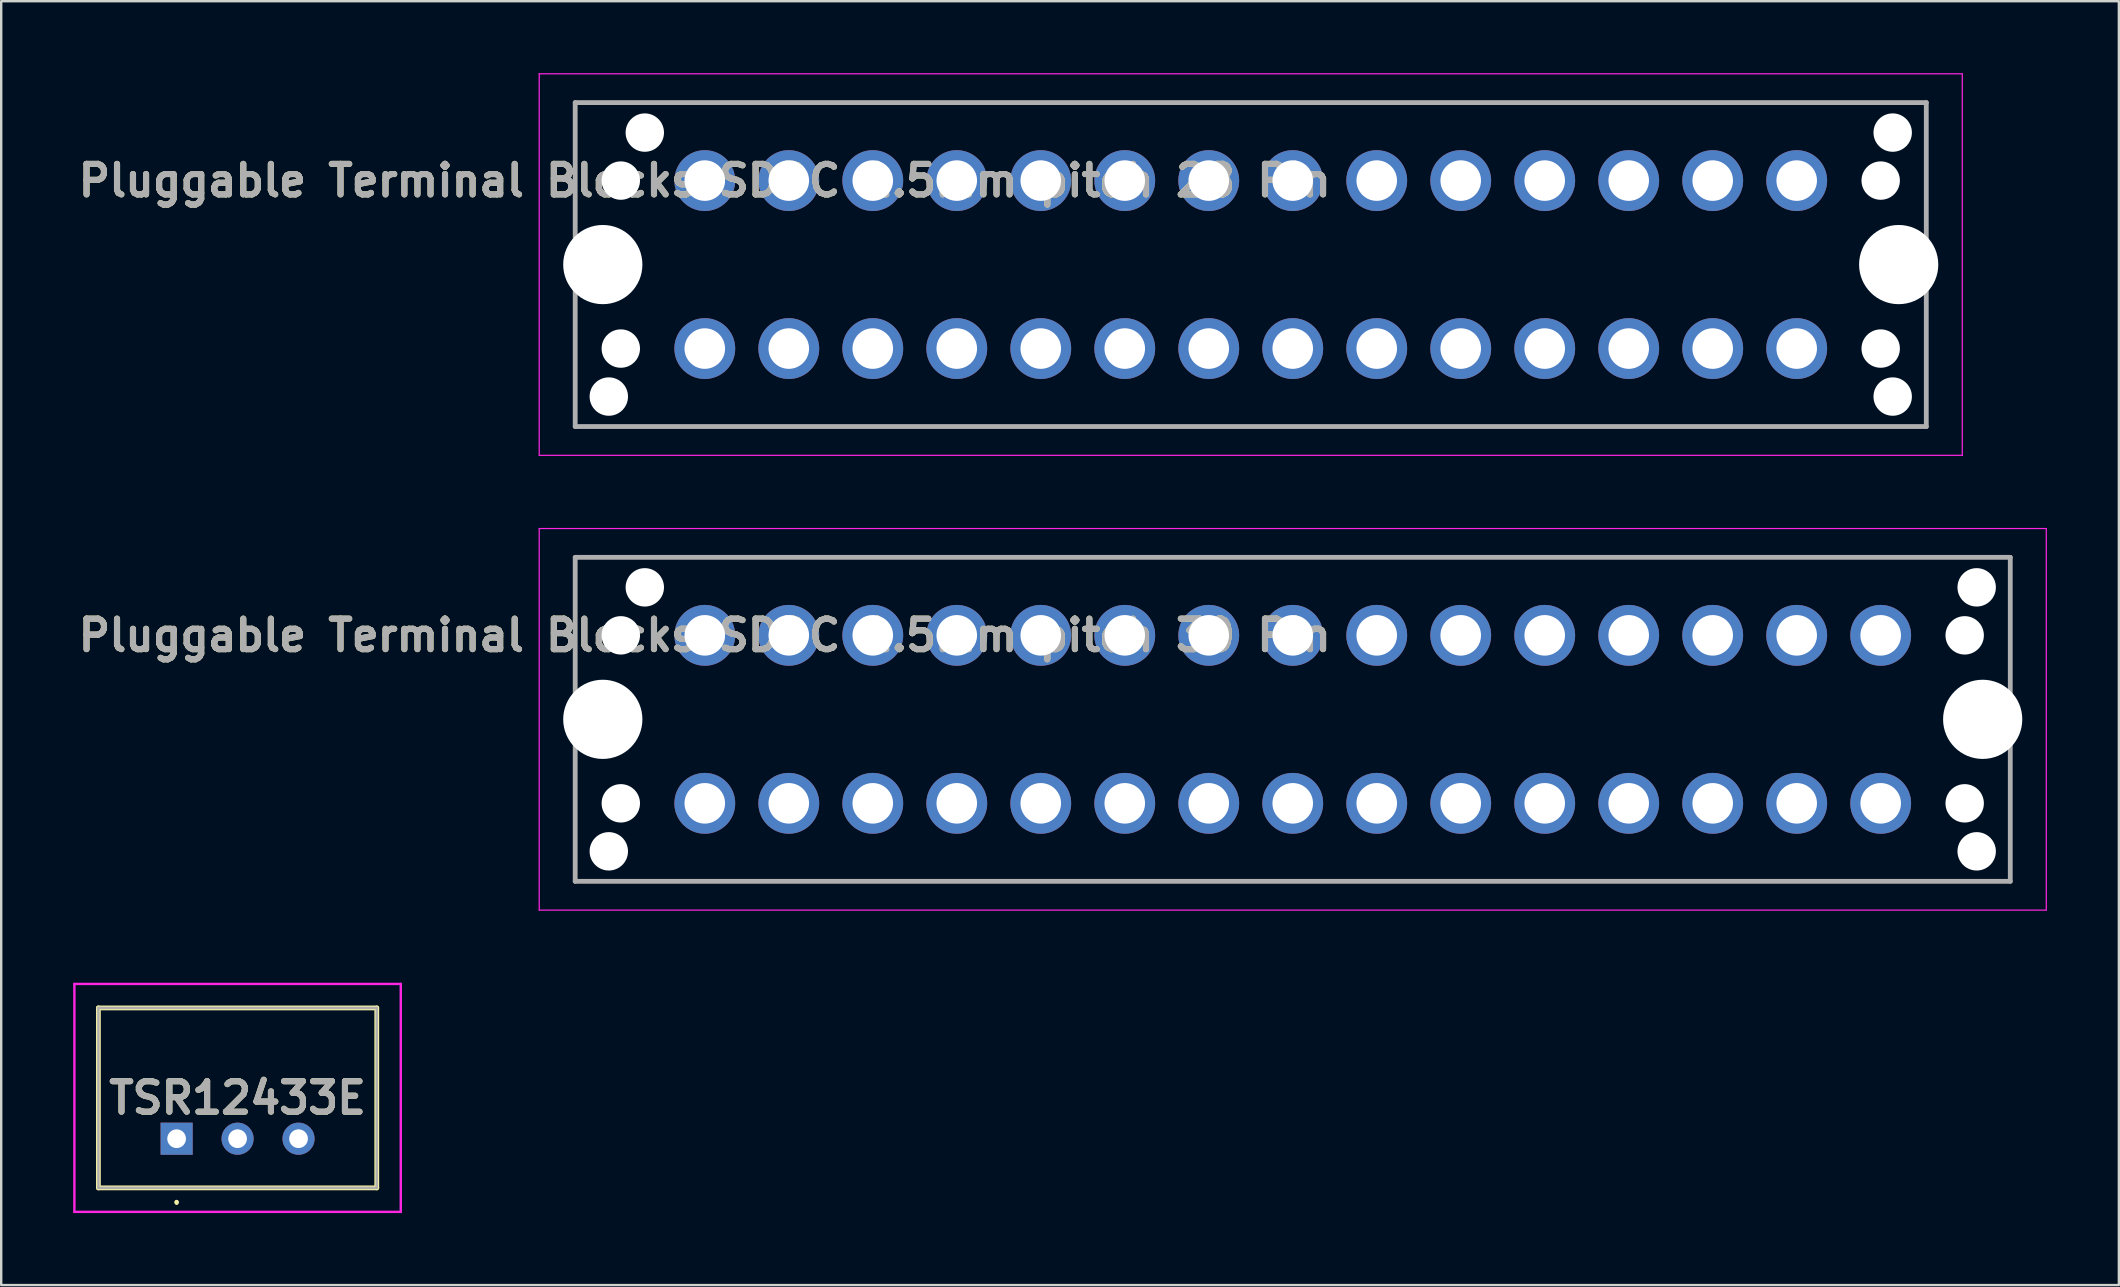
<source format=kicad_pcb>
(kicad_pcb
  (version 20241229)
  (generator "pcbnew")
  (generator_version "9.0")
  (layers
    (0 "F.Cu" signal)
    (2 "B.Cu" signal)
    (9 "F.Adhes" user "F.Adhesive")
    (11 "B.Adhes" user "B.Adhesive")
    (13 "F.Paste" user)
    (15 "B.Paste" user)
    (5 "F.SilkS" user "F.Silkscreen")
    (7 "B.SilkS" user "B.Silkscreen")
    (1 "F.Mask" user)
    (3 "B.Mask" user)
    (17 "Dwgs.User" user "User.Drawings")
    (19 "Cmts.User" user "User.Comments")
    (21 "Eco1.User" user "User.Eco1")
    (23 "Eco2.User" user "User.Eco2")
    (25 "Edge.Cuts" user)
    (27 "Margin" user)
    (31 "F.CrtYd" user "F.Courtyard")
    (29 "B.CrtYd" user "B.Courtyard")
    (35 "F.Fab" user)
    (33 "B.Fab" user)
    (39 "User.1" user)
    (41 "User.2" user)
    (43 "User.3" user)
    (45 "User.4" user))
  (footprint "Pluggable Terminal Blocks SDDC 1.5mm pitch 28 Pin"
    (layer "F.Cu")
    (at 26.319 4.475)
    (property "Reference" "Pluggable Terminal Blocks SDDC 1.5mm pitch 28 Pin" (at 0 0 0) (layer "F.SilkS") (effects (font (size 1.27 1.27) (thickness 0.254))))
    (attr through_hole)
    (fp_line (start -5.4 -3.25) (end 50.9 -3.25) (stroke (width 0.1) (type solid)) (layer "F.SilkS"))
    (fp_line (start 50.9 10.25) (end -5.4 10.25) (stroke (width 0.1) (type solid)) (layer "F.SilkS"))
    (fp_line (start -6.9 -4.45) (end 52.4 -4.45) (stroke (width 0.05) (type solid)) (layer "F.CrtYd"))
    (fp_line (start -6.9 11.45) (end -6.9 -4.45) (stroke (width 0.05) (type solid)) (layer "F.CrtYd"))
    (fp_line (start 52.4 -4.45) (end 52.4 11.45) (stroke (width 0.05) (type solid)) (layer "F.CrtYd"))
    (fp_line (start 52.4 11.45) (end -6.9 11.45) (stroke (width 0.05) (type solid)) (layer "F.CrtYd"))
    (fp_line (start -5.4 -3.25) (end 50.9 -3.25) (stroke (width 0.2) (type solid)) (layer "F.Fab"))
    (fp_line (start -5.4 10.25) (end -5.4 -3.25) (stroke (width 0.2) (type solid)) (layer "F.Fab"))
    (fp_line (start 50.9 -3.25) (end 50.9 10.25) (stroke (width 0.2) (type solid)) (layer "F.Fab"))
    (fp_line (start 50.9 10.25) (end -5.4 10.25) (stroke (width 0.2) (type solid)) (layer "F.Fab"))
    (fp_text user "${REFERENCE}" (at 0 0 0) (layer "F.Fab") (effects (font (size 1.27 1.27) (thickness 0.254))))
    (pad "" np_thru_hole circle (at -4.25 3.5) (size 3.3 3.3) (drill 3.3) (layers "*.Cu" "*.Mask"))
    (pad "" np_thru_hole circle (at -4 9) (size 1.6 1.6) (drill 1.6) (layers "*.Cu" "*.Mask"))
    (pad "" np_thru_hole circle (at -3.5 0) (size 1.6 1.6) (drill 1.6) (layers "*.Cu" "*.Mask"))
    (pad "" np_thru_hole circle (at -3.5 7) (size 1.6 1.6) (drill 1.6) (layers "*.Cu" "*.Mask"))
    (pad "" np_thru_hole circle (at -2.5 -2) (size 1.6 1.6) (drill 1.6) (layers "*.Cu" "*.Mask"))
    (pad "" np_thru_hole circle (at 49 0) (size 1.6 1.6) (drill 1.6) (layers "*.Cu" "*.Mask"))
    (pad "" np_thru_hole circle (at 49 7) (size 1.6 1.6) (drill 1.6) (layers "*.Cu" "*.Mask"))
    (pad "" np_thru_hole circle (at 49.5 -2) (size 1.6 1.6) (drill 1.6) (layers "*.Cu" "*.Mask"))
    (pad "" np_thru_hole circle (at 49.5 9) (size 1.6 1.6) (drill 1.6) (layers "*.Cu" "*.Mask"))
    (pad "" np_thru_hole circle (at 49.75 3.5) (size 3.3 3.3) (drill 3.3) (layers "*.Cu" "*.Mask"))
    (pad "1" thru_hole circle (at 0 0) (size 2.535 2.535) (drill 1.69) (layers "*.Cu" "*.Mask"))
    (pad "2" thru_hole circle (at 3.5 0) (size 2.535 2.535) (drill 1.69) (layers "*.Cu" "*.Mask"))
    (pad "3" thru_hole circle (at 7 0) (size 2.535 2.535) (drill 1.69) (layers "*.Cu" "*.Mask"))
    (pad "4" thru_hole circle (at 10.5 0) (size 2.535 2.535) (drill 1.69) (layers "*.Cu" "*.Mask"))
    (pad "5" thru_hole circle (at 14 0) (size 2.535 2.535) (drill 1.69) (layers "*.Cu" "*.Mask"))
    (pad "6" thru_hole circle (at 17.5 0) (size 2.535 2.535) (drill 1.69) (layers "*.Cu" "*.Mask"))
    (pad "7" thru_hole circle (at 21 0) (size 2.535 2.535) (drill 1.69) (layers "*.Cu" "*.Mask"))
    (pad "8" thru_hole circle (at 24.5 0) (size 2.535 2.535) (drill 1.69) (layers "*.Cu" "*.Mask"))
    (pad "9" thru_hole circle (at 28 0) (size 2.535 2.535) (drill 1.69) (layers "*.Cu" "*.Mask"))
    (pad "10" thru_hole circle (at 31.5 0) (size 2.535 2.535) (drill 1.69) (layers "*.Cu" "*.Mask"))
    (pad "11" thru_hole circle (at 35 0) (size 2.535 2.535) (drill 1.69) (layers "*.Cu" "*.Mask"))
    (pad "12" thru_hole circle (at 38.5 0) (size 2.535 2.535) (drill 1.69) (layers "*.Cu" "*.Mask"))
    (pad "13" thru_hole circle (at 42 0) (size 2.535 2.535) (drill 1.69) (layers "*.Cu" "*.Mask"))
    (pad "14" thru_hole circle (at 45.5 0) (size 2.535 2.535) (drill 1.69) (layers "*.Cu" "*.Mask"))
    (pad "15" thru_hole circle (at 0 7) (size 2.535 2.535) (drill 1.69) (layers "*.Cu" "*.Mask"))
    (pad "16" thru_hole circle (at 3.5 7) (size 2.535 2.535) (drill 1.69) (layers "*.Cu" "*.Mask"))
    (pad "17" thru_hole circle (at 7 7) (size 2.535 2.535) (drill 1.69) (layers "*.Cu" "*.Mask"))
    (pad "18" thru_hole circle (at 10.5 7) (size 2.535 2.535) (drill 1.69) (layers "*.Cu" "*.Mask"))
    (pad "19" thru_hole circle (at 14 7) (size 2.535 2.535) (drill 1.69) (layers "*.Cu" "*.Mask"))
    (pad "20" thru_hole circle (at 17.5 7) (size 2.535 2.535) (drill 1.69) (layers "*.Cu" "*.Mask"))
    (pad "21" thru_hole circle (at 21 7) (size 2.535 2.535) (drill 1.69) (layers "*.Cu" "*.Mask"))
    (pad "22" thru_hole circle (at 24.5 7) (size 2.535 2.535) (drill 1.69) (layers "*.Cu" "*.Mask"))
    (pad "23" thru_hole circle (at 28 7) (size 2.535 2.535) (drill 1.69) (layers "*.Cu" "*.Mask"))
    (pad "24" thru_hole circle (at 31.5 7) (size 2.535 2.535) (drill 1.69) (layers "*.Cu" "*.Mask"))
    (pad "25" thru_hole circle (at 35 7) (size 2.535 2.535) (drill 1.69) (layers "*.Cu" "*.Mask"))
    (pad "26" thru_hole circle (at 38.5 7) (size 2.535 2.535) (drill 1.69) (layers "*.Cu" "*.Mask"))
    (pad "27" thru_hole circle (at 42 7) (size 2.535 2.535) (drill 1.69) (layers "*.Cu" "*.Mask"))
    (pad "28" thru_hole circle (at 45.5 7) (size 2.535 2.535) (drill 1.69) (layers "*.Cu" "*.Mask")))
  (footprint "TSR12433E"
    (layer "F.Cu")
    (at 4.31 44.4)
    (property "Reference" "TSR12433E" (at 2.54 -1.7 0) (layer "F.SilkS") (effects (font (size 1.27 1.27) (thickness 0.254))))
    (attr through_hole)
    (fp_line (start -3.26 -5.45) (end -3.26 2.05) (stroke (width 0.2) (type solid)) (layer "F.SilkS"))
    (fp_line (start -3.26 2.05) (end 8.34 2.05) (stroke (width 0.2) (type solid)) (layer "F.SilkS"))
    (fp_line (start 0 2.6) (end 0 2.6) (stroke (width 0.1) (type solid)) (layer "F.SilkS"))
    (fp_line (start 0 2.7) (end 0 2.7) (stroke (width 0.1) (type solid)) (layer "F.SilkS"))
    (fp_line (start 8.34 -5.45) (end -3.26 -5.45) (stroke (width 0.2) (type solid)) (layer "F.SilkS"))
    (fp_line (start 8.34 2.05) (end 8.34 -5.45) (stroke (width 0.2) (type solid)) (layer "F.SilkS"))
    (fp_arc (start 0 2.6) (mid 0.05 2.65) (end 0 2.7) (stroke (width 0.1) (type solid)) (layer "F.SilkS"))
    (fp_arc (start 0 2.7) (mid -0.05 2.65) (end 0 2.6) (stroke (width 0.1) (type solid)) (layer "F.SilkS"))
    (fp_line (start -4.26 -6.45) (end -4.26 3.05) (stroke (width 0.1) (type solid)) (layer "F.CrtYd"))
    (fp_line (start -4.26 3.05) (end 9.34 3.05) (stroke (width 0.1) (type solid)) (layer "F.CrtYd"))
    (fp_line (start 9.34 -6.45) (end -4.26 -6.45) (stroke (width 0.1) (type solid)) (layer "F.CrtYd"))
    (fp_line (start 9.34 3.05) (end 9.34 -6.45) (stroke (width 0.1) (type solid)) (layer "F.CrtYd"))
    (fp_line (start -3.26 -5.45) (end 8.34 -5.45) (stroke (width 0.1) (type solid)) (layer "F.Fab"))
    (fp_line (start -3.26 2.05) (end -3.26 -5.45) (stroke (width 0.1) (type solid)) (layer "F.Fab"))
    (fp_line (start 8.34 -5.45) (end 8.34 2.05) (stroke (width 0.1) (type solid)) (layer "F.Fab"))
    (fp_line (start 8.34 2.05) (end -3.26 2.05) (stroke (width 0.1) (type solid)) (layer "F.Fab"))
    (fp_text user "${REFERENCE}" (at 2.54 -1.7 0) (layer "F.Fab") (effects (font (size 1.27 1.27) (thickness 0.254))))
    (pad "1" thru_hole rect (at 0 0) (size 1.337 1.337) (drill 0.78) (layers "*.Cu" "*.Mask"))
    (pad "2" thru_hole circle (at 2.54 0) (size 1.337 1.337) (drill 0.78) (layers "*.Cu" "*.Mask"))
    (pad "3" thru_hole circle (at 5.08 0) (size 1.337 1.337) (drill 0.78) (layers "*.Cu" "*.Mask")))
  (footprint "Pluggable Terminal Blocks SDDC 1.5mm pitch 30 Pin"
    (layer "F.Cu")
    (at 26.319 23.425)
    (property "Reference" "Pluggable Terminal Blocks SDDC 1.5mm pitch 30 Pin" (at 0 0 0) (layer "F.SilkS") (effects (font (size 1.27 1.27) (thickness 0.254))))
    (attr through_hole)
    (fp_line (start -5.4 -3.25) (end 54.4 -3.25) (stroke (width 0.1) (type solid)) (layer "F.SilkS"))
    (fp_line (start 54.4 10.25) (end -5.4 10.25) (stroke (width 0.1) (type solid)) (layer "F.SilkS"))
    (fp_line (start -6.9 -4.45) (end 55.9 -4.45) (stroke (width 0.05) (type solid)) (layer "F.CrtYd"))
    (fp_line (start -6.9 11.45) (end -6.9 -4.45) (stroke (width 0.05) (type solid)) (layer "F.CrtYd"))
    (fp_line (start 55.9 -4.45) (end 55.9 11.45) (stroke (width 0.05) (type solid)) (layer "F.CrtYd"))
    (fp_line (start 55.9 11.45) (end -6.9 11.45) (stroke (width 0.05) (type solid)) (layer "F.CrtYd"))
    (fp_line (start -5.4 -3.25) (end 54.4 -3.25) (stroke (width 0.2) (type solid)) (layer "F.Fab"))
    (fp_line (start -5.4 10.25) (end -5.4 -3.25) (stroke (width 0.2) (type solid)) (layer "F.Fab"))
    (fp_line (start 54.4 -3.25) (end 54.4 10.25) (stroke (width 0.2) (type solid)) (layer "F.Fab"))
    (fp_line (start 54.4 10.25) (end -5.4 10.25) (stroke (width 0.2) (type solid)) (layer "F.Fab"))
    (fp_text user "${REFERENCE}" (at 0 0 0) (layer "F.Fab") (effects (font (size 1.27 1.27) (thickness 0.254))))
    (pad "" np_thru_hole circle (at -4.25 3.5) (size 3.3 3.3) (drill 3.3) (layers "*.Cu" "*.Mask"))
    (pad "" np_thru_hole circle (at -4 9) (size 1.6 1.6) (drill 1.6) (layers "*.Cu" "*.Mask"))
    (pad "" np_thru_hole circle (at -3.5 0) (size 1.6 1.6) (drill 1.6) (layers "*.Cu" "*.Mask"))
    (pad "" np_thru_hole circle (at -3.5 7) (size 1.6 1.6) (drill 1.6) (layers "*.Cu" "*.Mask"))
    (pad "" np_thru_hole circle (at -2.5 -2) (size 1.6 1.6) (drill 1.6) (layers "*.Cu" "*.Mask"))
    (pad "" np_thru_hole circle (at 52.5 0) (size 1.6 1.6) (drill 1.6) (layers "*.Cu" "*.Mask"))
    (pad "" np_thru_hole circle (at 52.5 7) (size 1.6 1.6) (drill 1.6) (layers "*.Cu" "*.Mask"))
    (pad "" np_thru_hole circle (at 53 -2) (size 1.6 1.6) (drill 1.6) (layers "*.Cu" "*.Mask"))
    (pad "" np_thru_hole circle (at 53 9) (size 1.6 1.6) (drill 1.6) (layers "*.Cu" "*.Mask"))
    (pad "" np_thru_hole circle (at 53.25 3.5) (size 3.3 3.3) (drill 3.3) (layers "*.Cu" "*.Mask"))
    (pad "1" thru_hole circle (at 0 0) (size 2.535 2.535) (drill 1.69) (layers "*.Cu" "*.Mask"))
    (pad "2" thru_hole circle (at 3.5 0) (size 2.535 2.535) (drill 1.69) (layers "*.Cu" "*.Mask"))
    (pad "3" thru_hole circle (at 7 0) (size 2.535 2.535) (drill 1.69) (layers "*.Cu" "*.Mask"))
    (pad "4" thru_hole circle (at 10.5 0) (size 2.535 2.535) (drill 1.69) (layers "*.Cu" "*.Mask"))
    (pad "5" thru_hole circle (at 14 0) (size 2.535 2.535) (drill 1.69) (layers "*.Cu" "*.Mask"))
    (pad "6" thru_hole circle (at 17.5 0) (size 2.535 2.535) (drill 1.69) (layers "*.Cu" "*.Mask"))
    (pad "7" thru_hole circle (at 21 0) (size 2.535 2.535) (drill 1.69) (layers "*.Cu" "*.Mask"))
    (pad "8" thru_hole circle (at 24.5 0) (size 2.535 2.535) (drill 1.69) (layers "*.Cu" "*.Mask"))
    (pad "9" thru_hole circle (at 28 0) (size 2.535 2.535) (drill 1.69) (layers "*.Cu" "*.Mask"))
    (pad "10" thru_hole circle (at 31.5 0) (size 2.535 2.535) (drill 1.69) (layers "*.Cu" "*.Mask"))
    (pad "11" thru_hole circle (at 35 0) (size 2.535 2.535) (drill 1.69) (layers "*.Cu" "*.Mask"))
    (pad "12" thru_hole circle (at 38.5 0) (size 2.535 2.535) (drill 1.69) (layers "*.Cu" "*.Mask"))
    (pad "13" thru_hole circle (at 42 0) (size 2.535 2.535) (drill 1.69) (layers "*.Cu" "*.Mask"))
    (pad "14" thru_hole circle (at 45.5 0) (size 2.535 2.535) (drill 1.69) (layers "*.Cu" "*.Mask"))
    (pad "15" thru_hole circle (at 49 0) (size 2.535 2.535) (drill 1.69) (layers "*.Cu" "*.Mask"))
    (pad "16" thru_hole circle (at 0 7) (size 2.535 2.535) (drill 1.69) (layers "*.Cu" "*.Mask"))
    (pad "17" thru_hole circle (at 3.5 7) (size 2.535 2.535) (drill 1.69) (layers "*.Cu" "*.Mask"))
    (pad "18" thru_hole circle (at 7 7) (size 2.535 2.535) (drill 1.69) (layers "*.Cu" "*.Mask"))
    (pad "19" thru_hole circle (at 10.5 7) (size 2.535 2.535) (drill 1.69) (layers "*.Cu" "*.Mask"))
    (pad "20" thru_hole circle (at 14 7) (size 2.535 2.535) (drill 1.69) (layers "*.Cu" "*.Mask"))
    (pad "21" thru_hole circle (at 17.5 7) (size 2.535 2.535) (drill 1.69) (layers "*.Cu" "*.Mask"))
    (pad "22" thru_hole circle (at 21 7) (size 2.535 2.535) (drill 1.69) (layers "*.Cu" "*.Mask"))
    (pad "23" thru_hole circle (at 24.5 7) (size 2.535 2.535) (drill 1.69) (layers "*.Cu" "*.Mask"))
    (pad "24" thru_hole circle (at 28 7) (size 2.535 2.535) (drill 1.69) (layers "*.Cu" "*.Mask"))
    (pad "25" thru_hole circle (at 31.5 7) (size 2.535 2.535) (drill 1.69) (layers "*.Cu" "*.Mask"))
    (pad "26" thru_hole circle (at 35 7) (size 2.535 2.535) (drill 1.69) (layers "*.Cu" "*.Mask"))
    (pad "27" thru_hole circle (at 38.5 7) (size 2.535 2.535) (drill 1.69) (layers "*.Cu" "*.Mask"))
    (pad "28" thru_hole circle (at 42 7) (size 2.535 2.535) (drill 1.69) (layers "*.Cu" "*.Mask"))
    (pad "29" thru_hole circle (at 45.5 7) (size 2.535 2.535) (drill 1.69) (layers "*.Cu" "*.Mask"))
    (pad "30" thru_hole circle (at 49 7) (size 2.535 2.535) (drill 1.69) (layers "*.Cu" "*.Mask")))
  (gr_rect
    (start -3 -3)
    (end 85.244 50.5)
    (stroke (width 0.1) (type default))
    (fill no)
    (layer "Edge.Cuts")))
</source>
